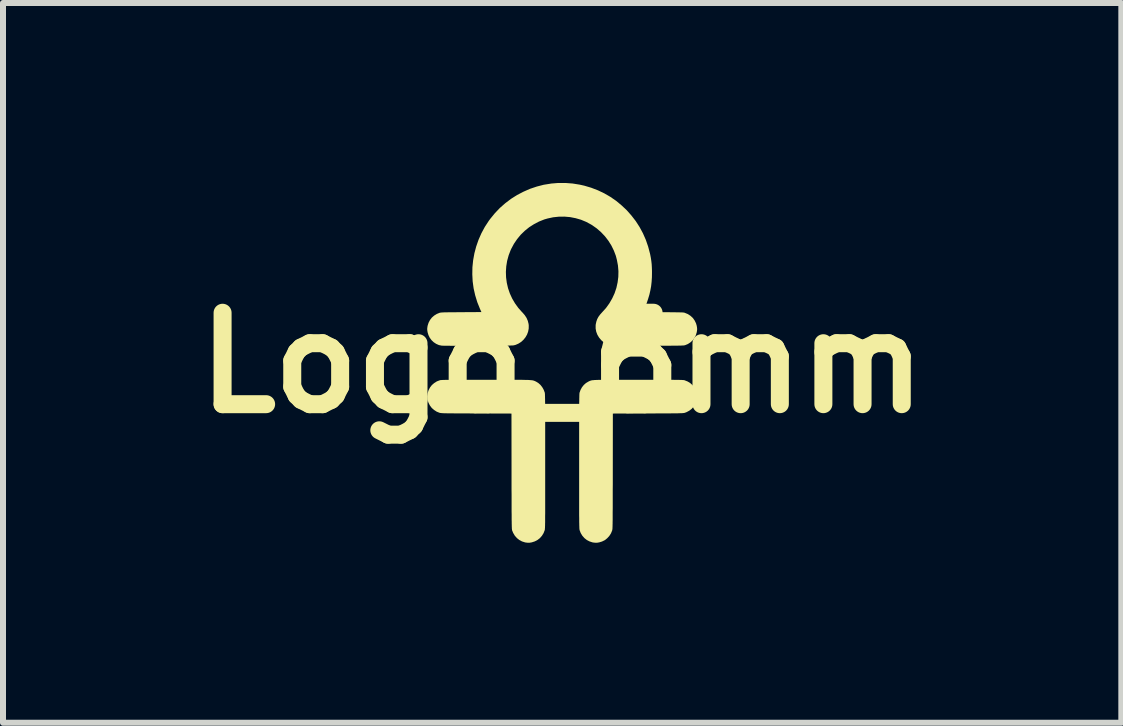
<source format=kicad_pcb>
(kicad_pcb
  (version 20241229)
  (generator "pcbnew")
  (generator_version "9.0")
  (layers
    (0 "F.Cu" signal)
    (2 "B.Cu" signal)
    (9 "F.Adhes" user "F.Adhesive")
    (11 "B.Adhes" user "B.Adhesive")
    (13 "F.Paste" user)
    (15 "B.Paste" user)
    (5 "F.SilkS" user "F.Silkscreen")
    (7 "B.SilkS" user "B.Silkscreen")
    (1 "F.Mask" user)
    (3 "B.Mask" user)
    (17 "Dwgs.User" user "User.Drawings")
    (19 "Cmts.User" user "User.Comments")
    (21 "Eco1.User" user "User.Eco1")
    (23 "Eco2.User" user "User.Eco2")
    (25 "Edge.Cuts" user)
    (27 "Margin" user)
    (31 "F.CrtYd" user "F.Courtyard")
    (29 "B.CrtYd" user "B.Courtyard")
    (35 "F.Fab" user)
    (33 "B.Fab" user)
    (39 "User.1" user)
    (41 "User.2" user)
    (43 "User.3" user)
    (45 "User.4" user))
  (footprint "Logo_6mm"
    (layer "F.Cu")
    (at 6.321 2.998)
    (property "Reference" "Logo_6mm" (at 0 0 0) (layer "F.SilkS") (effects (font (size 1.524 1.524) (thickness 0.3))))
    (attr board_only exclude_from_pos_files exclude_from_bom)
    (fp_poly (pts (xy -0.991 0.283) (xy -0.916 0.283) (xy -0.848 0.283) (xy -0.788 0.283) (xy -0.735 0.283) (xy -0.689 0.283) (xy -0.649 0.284) (xy -0.614 0.285) (xy -0.584 0.285) (xy -0.559 0.286) (xy -0.537 0.288) (xy -0.519 0.289) (xy -0.504 0.291) (xy -0.492 0.292) (xy -0.482 0.295) (xy -0.473 0.297) (xy -0.465 0.3) (xy -0.458 0.303) (xy -0.451 0.306) (xy -0.443 0.31) (xy -0.436 0.313) (xy -0.397 0.337) (xy -0.361 0.369) (xy -0.331 0.408) (xy -0.307 0.451) (xy -0.29 0.497) (xy -0.289 0.5) (xy -0.289 0.505) (xy -0.288 0.512) (xy -0.287 0.523) (xy -0.287 0.537) (xy -0.286 0.555) (xy -0.286 0.577) (xy -0.285 0.604) (xy -0.285 0.636) (xy -0.284 0.673) (xy -0.284 0.716) (xy -0.284 0.765) (xy -0.283 0.82) (xy -0.283 0.883) (xy -0.283 0.952) (xy -0.283 1.029) (xy -0.283 1.114) (xy -0.283 1.207) (xy -0.283 1.309) (xy -0.283 1.419) (xy -0.283 1.54) (xy -0.283 1.643) (xy -0.283 1.768) (xy -0.283 1.883) (xy -0.283 1.989) (xy -0.283 2.086) (xy -0.283 2.175) (xy -0.283 2.255) (xy -0.283 2.328) (xy -0.283 2.394) (xy -0.283 2.453) (xy -0.283 2.506) (xy -0.284 2.553) (xy -0.284 2.594) (xy -0.284 2.629) (xy -0.284 2.66) (xy -0.285 2.686) (xy -0.285 2.709) (xy -0.286 2.727) (xy -0.286 2.743) (xy -0.287 2.755) (xy -0.288 2.765) (xy -0.288 2.773) (xy -0.289 2.78) (xy -0.29 2.785) (xy -0.291 2.789) (xy -0.291 2.79) (xy -0.31 2.839) (xy -0.337 2.883) (xy -0.371 2.922) (xy -0.411 2.953) (xy -0.457 2.977) (xy -0.507 2.993) (xy -0.508 2.993) (xy -0.543 2.999) (xy -0.576 2.999) (xy -0.61 2.995) (xy -0.62 2.993) (xy -0.67 2.977) (xy -0.715 2.953) (xy -0.755 2.921) (xy -0.79 2.881) (xy -0.817 2.835) (xy -0.833 2.796) (xy -0.835 2.792) (xy -0.836 2.788) (xy -0.836 2.782) (xy -0.837 2.776) (xy -0.838 2.767) (xy -0.839 2.756) (xy -0.839 2.742) (xy -0.84 2.725) (xy -0.84 2.704) (xy -0.841 2.679) (xy -0.841 2.65) (xy -0.842 2.616) (xy -0.842 2.576) (xy -0.842 2.531) (xy -0.843 2.48) (xy -0.843 2.422) (xy -0.843 2.356) (xy -0.843 2.284) (xy -0.843 2.203) (xy -0.844 2.114) (xy -0.844 2.017) (xy -0.844 1.91) (xy -0.844 1.807) (xy -0.845 0.846) (xy -1.429 0.844) (xy -1.518 0.844) (xy -1.598 0.843) (xy -1.669 0.843) (xy -1.732 0.843) (xy -1.786 0.843) (xy -1.834 0.842) (xy -1.875 0.842) (xy -1.91 0.842) (xy -1.939 0.841) (xy -1.963 0.841) (xy -1.983 0.84) (xy -1.999 0.839) (xy -2.012 0.838) (xy -2.022 0.837) (xy -2.03 0.836) (xy -2.036 0.835) (xy -2.042 0.834) (xy -2.042 0.834) (xy -2.092 0.814) (xy -2.136 0.786) (xy -2.174 0.752) (xy -2.205 0.711) (xy -2.229 0.665) (xy -2.243 0.618) (xy -2.248 0.587) (xy -2.25 0.56) (xy -2.247 0.533) (xy -2.243 0.508) (xy -2.227 0.457) (xy -2.203 0.411) (xy -2.172 0.371) (xy -2.133 0.337) (xy -2.088 0.309) (xy -2.043 0.292) (xy -2.038 0.291) (xy -2.033 0.289) (xy -2.027 0.288) (xy -2.019 0.287) (xy -2.01 0.287) (xy -1.997 0.286) (xy -1.982 0.285) (xy -1.962 0.285) (xy -1.939 0.284) (xy -1.911 0.284) (xy -1.879 0.284) (xy -1.84 0.283) (xy -1.796 0.283) (xy -1.745 0.283) (xy -1.687 0.283) (xy -1.621 0.283) (xy -1.548 0.283) (xy -1.466 0.283) (xy -1.375 0.283) (xy -1.274 0.283) (xy -1.27 0.283) (xy -1.168 0.283) (xy -1.075 0.283)) (stroke (width 0) (type solid)) (fill yes) (layer "F.SilkS"))
    (fp_poly (pts (xy 1.186 0.283) (xy 1.27 0.283) (xy 1.371 0.283) (xy 1.463 0.283) (xy 1.545 0.283) (xy 1.619 0.283) (xy 1.685 0.283) (xy 1.743 0.283) (xy 1.794 0.283) (xy 1.839 0.283) (xy 1.877 0.284) (xy 1.91 0.284) (xy 1.938 0.284) (xy 1.962 0.285) (xy 1.981 0.285) (xy 1.997 0.286) (xy 2.009 0.287) (xy 2.019 0.287) (xy 2.027 0.288) (xy 2.033 0.289) (xy 2.038 0.29) (xy 2.043 0.292) (xy 2.043 0.292) (xy 2.091 0.311) (xy 2.135 0.338) (xy 2.173 0.372) (xy 2.203 0.41) (xy 2.217 0.435) (xy 2.231 0.468) (xy 2.242 0.504) (xy 2.249 0.539) (xy 2.25 0.563) (xy 2.248 0.593) (xy 2.24 0.628) (xy 2.228 0.664) (xy 2.217 0.69) (xy 2.192 0.731) (xy 2.158 0.768) (xy 2.119 0.798) (xy 2.074 0.822) (xy 2.042 0.834) (xy 2.037 0.835) (xy 2.031 0.836) (xy 2.024 0.837) (xy 2.014 0.838) (xy 2.002 0.839) (xy 1.987 0.84) (xy 1.968 0.84) (xy 1.944 0.841) (xy 1.916 0.842) (xy 1.882 0.842) (xy 1.843 0.842) (xy 1.796 0.843) (xy 1.743 0.843) (xy 1.682 0.843) (xy 1.613 0.843) (xy 1.535 0.844) (xy 1.448 0.844) (xy 1.429 0.844) (xy 0.845 0.846) (xy 0.844 1.804) (xy 0.844 1.92) (xy 0.844 2.025) (xy 0.843 2.122) (xy 0.843 2.21) (xy 0.843 2.29) (xy 0.843 2.362) (xy 0.843 2.426) (xy 0.842 2.483) (xy 0.842 2.534) (xy 0.842 2.579) (xy 0.842 2.618) (xy 0.841 2.651) (xy 0.841 2.68) (xy 0.84 2.704) (xy 0.84 2.725) (xy 0.839 2.741) (xy 0.839 2.755) (xy 0.838 2.766) (xy 0.837 2.775) (xy 0.836 2.781) (xy 0.835 2.787) (xy 0.834 2.791) (xy 0.834 2.793) (xy 0.814 2.842) (xy 0.786 2.886) (xy 0.751 2.924) (xy 0.711 2.956) (xy 0.664 2.979) (xy 0.618 2.993) (xy 0.582 2.999) (xy 0.55 2.999) (xy 0.515 2.995) (xy 0.505 2.993) (xy 0.456 2.977) (xy 0.41 2.953) (xy 0.37 2.921) (xy 0.336 2.882) (xy 0.309 2.837) (xy 0.292 2.793) (xy 0.291 2.789) (xy 0.29 2.785) (xy 0.289 2.78) (xy 0.288 2.773) (xy 0.287 2.765) (xy 0.287 2.754) (xy 0.286 2.741) (xy 0.286 2.725) (xy 0.285 2.706) (xy 0.285 2.683) (xy 0.284 2.655) (xy 0.284 2.624) (xy 0.284 2.587) (xy 0.283 2.545) (xy 0.283 2.497) (xy 0.283 2.443) (xy 0.283 2.382) (xy 0.283 2.315) (xy 0.283 2.24) (xy 0.283 2.157) (xy 0.283 2.067) (xy 0.283 1.967) (xy 0.283 1.859) (xy 0.283 1.742) (xy 0.283 1.645) (xy 0.283 1.517) (xy 0.283 1.399) (xy 0.283 1.29) (xy 0.283 1.19) (xy 0.283 1.098) (xy 0.283 1.015) (xy 0.283 0.939) (xy 0.283 0.871) (xy 0.283 0.81) (xy 0.284 0.756) (xy 0.284 0.708) (xy 0.284 0.666) (xy 0.285 0.63) (xy 0.285 0.599) (xy 0.286 0.573) (xy 0.286 0.551) (xy 0.287 0.534) (xy 0.287 0.52) (xy 0.288 0.511) (xy 0.289 0.504) (xy 0.289 0.5) (xy 0.306 0.452) (xy 0.33 0.408) (xy 0.361 0.369) (xy 0.398 0.336) (xy 0.435 0.314) (xy 0.444 0.31) (xy 0.451 0.306) (xy 0.458 0.303) (xy 0.466 0.3) (xy 0.474 0.297) (xy 0.483 0.294) (xy 0.494 0.292) (xy 0.506 0.29) (xy 0.522 0.289) (xy 0.54 0.287) (xy 0.562 0.286) (xy 0.589 0.285) (xy 0.619 0.284) (xy 0.655 0.284) (xy 0.697 0.283) (xy 0.744 0.283) (xy 0.799 0.283) (xy 0.86 0.283) (xy 0.929 0.283) (xy 1.006 0.283) (xy 1.091 0.283)) (stroke (width 0) (type solid)) (fill yes) (layer "F.SilkS"))
    (fp_poly (pts (xy 0.173 -2.989) (xy 0.292 -2.97) (xy 0.368 -2.953) (xy 0.483 -2.919) (xy 0.595 -2.876) (xy 0.702 -2.825) (xy 0.804 -2.766) (xy 0.901 -2.699) (xy 0.991 -2.624) (xy 1.076 -2.544) (xy 1.154 -2.456) (xy 1.226 -2.363) (xy 1.29 -2.264) (xy 1.346 -2.16) (xy 1.394 -2.051) (xy 1.433 -1.938) (xy 1.464 -1.821) (xy 1.467 -1.808) (xy 1.478 -1.751) (xy 1.486 -1.698) (xy 1.492 -1.646) (xy 1.495 -1.592) (xy 1.497 -1.532) (xy 1.497 -1.505) (xy 1.496 -1.425) (xy 1.491 -1.35) (xy 1.483 -1.278) (xy 1.47 -1.207) (xy 1.454 -1.136) (xy 1.432 -1.063) (xy 1.406 -0.986) (xy 1.374 -0.903) (xy 1.352 -0.852) (xy 1.354 -0.85) (xy 1.361 -0.849) (xy 1.373 -0.848) (xy 1.392 -0.848) (xy 1.417 -0.847) (xy 1.449 -0.846) (xy 1.49 -0.846) (xy 1.538 -0.845) (xy 1.595 -0.845) (xy 1.662 -0.844) (xy 1.684 -0.844) (xy 1.75 -0.844) (xy 1.808 -0.843) (xy 1.856 -0.843) (xy 1.898 -0.842) (xy 1.932 -0.842) (xy 1.96 -0.841) (xy 1.982 -0.841) (xy 2 -0.84) (xy 2.014 -0.839) (xy 2.025 -0.838) (xy 2.034 -0.836) (xy 2.041 -0.835) (xy 2.045 -0.833) (xy 2.096 -0.812) (xy 2.14 -0.783) (xy 2.178 -0.748) (xy 2.208 -0.706) (xy 2.231 -0.659) (xy 2.243 -0.618) (xy 2.248 -0.587) (xy 2.25 -0.56) (xy 2.247 -0.533) (xy 2.243 -0.508) (xy 2.228 -0.459) (xy 2.204 -0.414) (xy 2.174 -0.373) (xy 2.137 -0.34) (xy 2.095 -0.313) (xy 2.049 -0.294) (xy 2.042 -0.293) (xy 2.037 -0.291) (xy 2.03 -0.29) (xy 2.02 -0.289) (xy 2.008 -0.289) (xy 1.993 -0.288) (xy 1.973 -0.287) (xy 1.95 -0.287) (xy 1.921 -0.286) (xy 1.886 -0.286) (xy 1.846 -0.286) (xy 1.799 -0.285) (xy 1.745 -0.285) (xy 1.683 -0.285) (xy 1.613 -0.285) (xy 1.534 -0.285) (xy 1.446 -0.285) (xy 1.422 -0.285) (xy 1.333 -0.285) (xy 1.253 -0.285) (xy 1.182 -0.285) (xy 1.119 -0.285) (xy 1.064 -0.285) (xy 1.016 -0.286) (xy 0.975 -0.286) (xy 0.939 -0.286) (xy 0.909 -0.286) (xy 0.885 -0.287) (xy 0.864 -0.287) (xy 0.847 -0.288) (xy 0.834 -0.289) (xy 0.823 -0.29) (xy 0.814 -0.291) (xy 0.806 -0.292) (xy 0.8 -0.293) (xy 0.794 -0.295) (xy 0.793 -0.295) (xy 0.752 -0.308) (xy 0.717 -0.325) (xy 0.684 -0.349) (xy 0.652 -0.377) (xy 0.615 -0.421) (xy 0.587 -0.468) (xy 0.568 -0.518) (xy 0.558 -0.571) (xy 0.558 -0.625) (xy 0.56 -0.643) (xy 0.57 -0.688) (xy 0.584 -0.728) (xy 0.604 -0.766) (xy 0.632 -0.804) (xy 0.665 -0.841) (xy 0.731 -0.914) (xy 0.787 -0.992) (xy 0.835 -1.075) (xy 0.874 -1.16) (xy 0.904 -1.249) (xy 0.924 -1.34) (xy 0.936 -1.433) (xy 0.938 -1.527) (xy 0.93 -1.622) (xy 0.912 -1.717) (xy 0.895 -1.783) (xy 0.862 -1.87) (xy 0.821 -1.954) (xy 0.771 -2.034) (xy 0.714 -2.108) (xy 0.649 -2.177) (xy 0.577 -2.24) (xy 0.499 -2.295) (xy 0.484 -2.304) (xy 0.401 -2.349) (xy 0.314 -2.385) (xy 0.224 -2.411) (xy 0.132 -2.429) (xy 0.039 -2.437) (xy -0.056 -2.436) (xy -0.15 -2.426) (xy -0.243 -2.406) (xy -0.298 -2.39) (xy -0.386 -2.355) (xy -0.47 -2.311) (xy -0.55 -2.26) (xy -0.623 -2.201) (xy -0.691 -2.135) (xy -0.751 -2.062) (xy -0.804 -1.984) (xy -0.849 -1.9) (xy -0.858 -1.881) (xy -0.892 -1.792) (xy -0.917 -1.701) (xy -0.932 -1.609) (xy -0.938 -1.516) (xy -0.935 -1.424) (xy -0.923 -1.333) (xy -0.902 -1.243) (xy -0.872 -1.156) (xy -0.833 -1.071) (xy -0.786 -0.991) (xy -0.731 -0.915) (xy -0.668 -0.844) (xy -0.663 -0.84) (xy -0.624 -0.795) (xy -0.594 -0.749) (xy -0.573 -0.7) (xy -0.56 -0.649) (xy -0.557 -0.622) (xy -0.558 -0.569) (xy -0.568 -0.518) (xy -0.586 -0.47) (xy -0.612 -0.425) (xy -0.645 -0.384) (xy -0.683 -0.349) (xy -0.727 -0.321) (xy -0.774 -0.3) (xy -0.804 -0.292) (xy -0.811 -0.291) (xy -0.82 -0.29) (xy -0.832 -0.289) (xy -0.848 -0.289) (xy -0.868 -0.288) (xy -0.893 -0.287) (xy -0.922 -0.287) (xy -0.958 -0.286) (xy -0.999 -0.286) (xy -1.048 -0.285) (xy -1.103 -0.285) (xy -1.167 -0.285) (xy -1.239 -0.284) (xy -1.32 -0.284) (xy -1.406 -0.284) (xy -1.481 -0.284) (xy -1.554 -0.284) (xy -1.624 -0.284) (xy -1.69 -0.284) (xy -1.752 -0.284) (xy -1.808 -0.284) (xy -1.859 -0.284) (xy -1.904 -0.285) (xy -1.941 -0.285) (xy -1.971 -0.285) (xy -1.992 -0.286) (xy -2.005 -0.286) (xy -2.006 -0.286) (xy -2.055 -0.296) (xy -2.1 -0.316) (xy -2.141 -0.343) (xy -2.177 -0.377) (xy -2.207 -0.417) (xy -2.229 -0.462) (xy -2.243 -0.508) (xy -2.248 -0.539) (xy -2.25 -0.565) (xy -2.247 -0.593) (xy -2.243 -0.618) (xy -2.227 -0.668) (xy -2.203 -0.714) (xy -2.172 -0.754) (xy -2.133 -0.788) (xy -2.089 -0.815) (xy -2.042 -0.834) (xy -2.036 -0.835) (xy -2.028 -0.837) (xy -2.018 -0.838) (xy -2.005 -0.839) (xy -1.989 -0.84) (xy -1.968 -0.841) (xy -1.943 -0.842) (xy -1.912 -0.842) (xy -1.874 -0.843) (xy -1.828 -0.843) (xy -1.775 -0.843) (xy -1.713 -0.844) (xy -1.68 -0.844) (xy -1.346 -0.846) (xy -1.37 -0.899) (xy -1.415 -1.011) (xy -1.45 -1.126) (xy -1.476 -1.241) (xy -1.492 -1.358) (xy -1.498 -1.476) (xy -1.496 -1.593) (xy -1.484 -1.71) (xy -1.463 -1.826) (xy -1.433 -1.939) (xy -1.394 -2.051) (xy -1.346 -2.16) (xy -1.289 -2.266) (xy -1.223 -2.367) (xy -1.197 -2.402) (xy -1.121 -2.495) (xy -1.038 -2.582) (xy -0.948 -2.661) (xy -0.853 -2.733) (xy -0.752 -2.797) (xy -0.646 -2.852) (xy -0.537 -2.9) (xy -0.424 -2.938) (xy -0.308 -2.968) (xy -0.189 -2.987) (xy -0.187 -2.988) (xy -0.066 -2.998) (xy 0.054 -2.998)) (stroke (width 0) (type solid)) (fill yes) (layer "F.SilkS")))
  (gr_rect
    (start -3 -3)
    (end 15.642 8.998)
    (stroke (width 0.1) (type default))
    (fill no)
    (layer "Edge.Cuts")))
</source>
